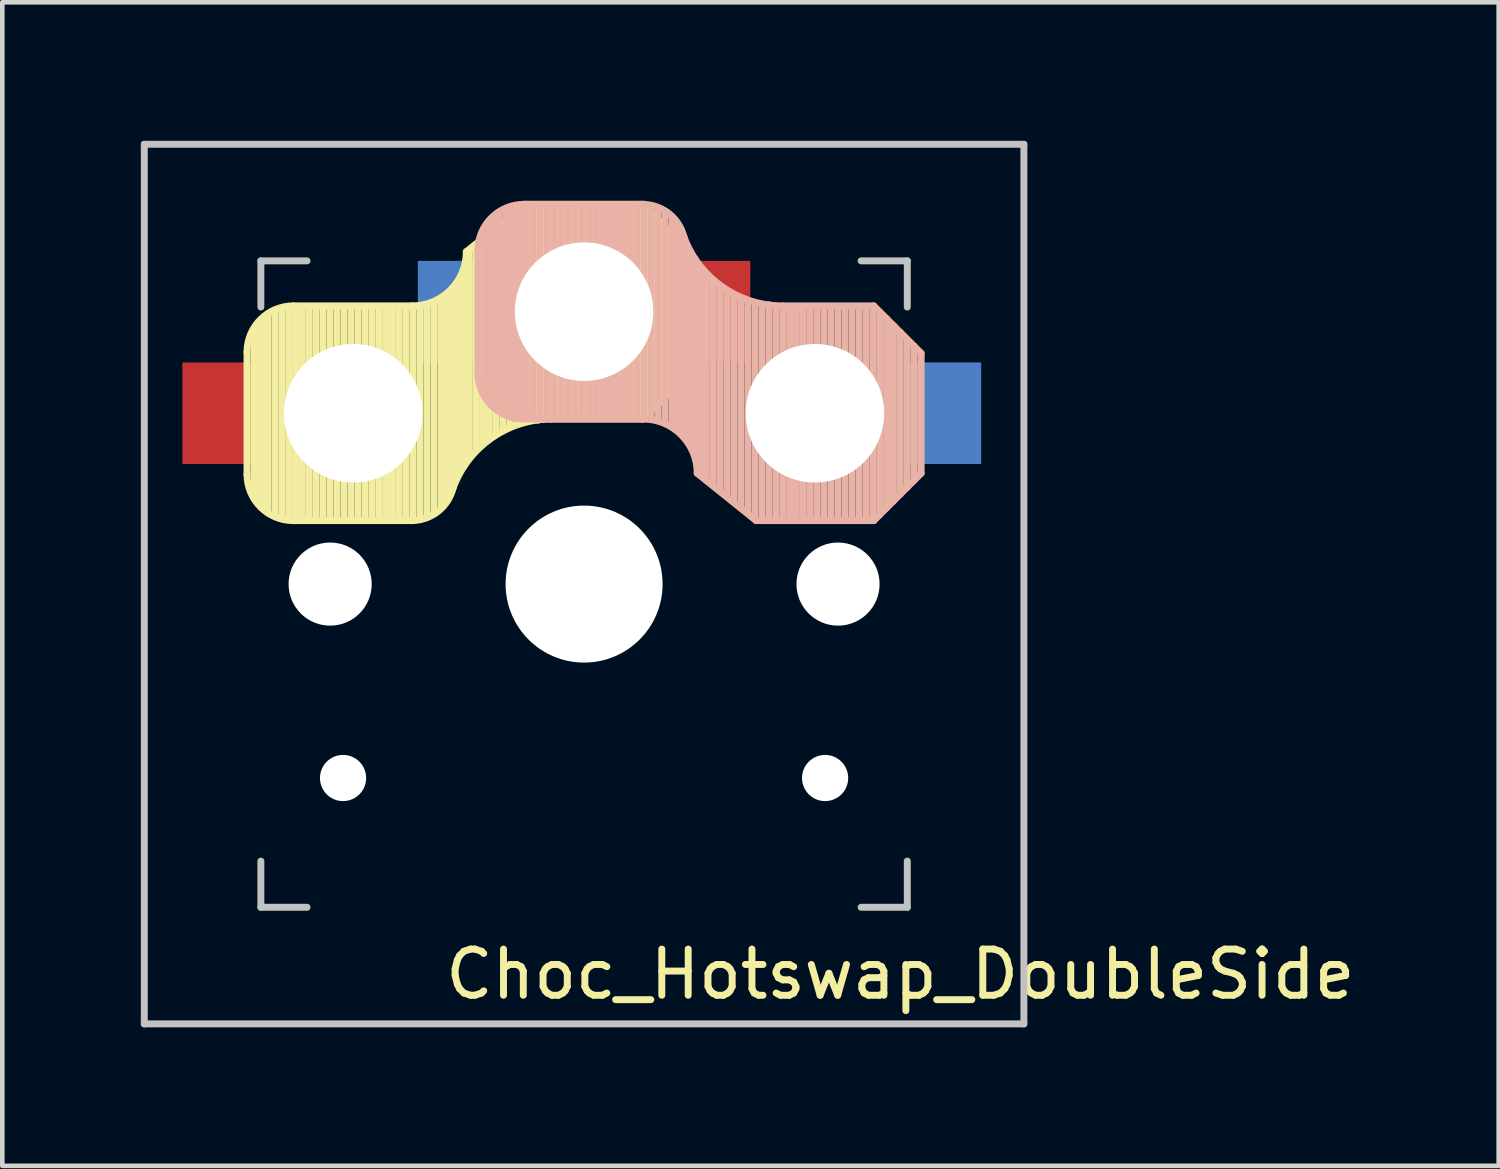
<source format=kicad_pcb>
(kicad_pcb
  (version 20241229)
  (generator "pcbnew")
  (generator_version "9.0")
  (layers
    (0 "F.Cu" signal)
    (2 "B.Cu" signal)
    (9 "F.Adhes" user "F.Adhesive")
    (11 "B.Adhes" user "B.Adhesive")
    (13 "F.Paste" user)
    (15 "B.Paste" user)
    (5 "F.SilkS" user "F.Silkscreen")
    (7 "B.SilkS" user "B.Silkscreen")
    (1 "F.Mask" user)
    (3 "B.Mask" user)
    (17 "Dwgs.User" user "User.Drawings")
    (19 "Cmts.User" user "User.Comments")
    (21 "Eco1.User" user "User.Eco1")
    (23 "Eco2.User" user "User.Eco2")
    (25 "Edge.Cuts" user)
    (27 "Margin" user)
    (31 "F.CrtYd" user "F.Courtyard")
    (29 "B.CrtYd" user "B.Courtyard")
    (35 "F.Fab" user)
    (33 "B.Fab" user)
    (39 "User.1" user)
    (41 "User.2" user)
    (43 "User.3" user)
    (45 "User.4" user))
  (footprint "Choc_Hotswap_DoubleSide"
    (layer "F.Cu")
    (at 9.6 9.6)
    (property "Reference" "Choc_Hotswap_DoubleSide" (at 6.85 8.45 0) (layer "F.SilkS") (effects (font (size 1 1) (thickness 0.15))))
    (attr through_hole)
    (fp_line (start -7.3 -5.025) (end -7.3 -2.375) (stroke (width 0.15) (type solid)) (layer "F.SilkS"))
    (fp_line (start -7.15 -1.95) (end -7.15 -5.5) (stroke (width 0.15) (type solid)) (layer "F.SilkS"))
    (fp_line (start -7.05 -1.8) (end -7.05 -5.55) (stroke (width 0.15) (type solid)) (layer "F.SilkS"))
    (fp_line (start -6.95 -1.7) (end -6.95 -5.65) (stroke (width 0.15) (type solid)) (layer "F.SilkS"))
    (fp_line (start -6.85 -1.6) (end -6.85 -5.8) (stroke (width 0.15) (type solid)) (layer "F.SilkS"))
    (fp_line (start -6.7 -1.5) (end -6.7 -5.9) (stroke (width 0.15) (type solid)) (layer "F.SilkS"))
    (fp_line (start -6.55 -1.45) (end -6.55 -5.95) (stroke (width 0.15) (type solid)) (layer "F.SilkS"))
    (fp_line (start -6.4 -1.4) (end -6.4 -5.95) (stroke (width 0.15) (type solid)) (layer "F.SilkS"))
    (fp_line (start -6.3 -6.025) (end -3.725 -6.025) (stroke (width 0.15) (type solid)) (layer "F.SilkS"))
    (fp_line (start -6.3 -1.375) (end -3.7 -1.375) (stroke (width 0.15) (type solid)) (layer "F.SilkS"))
    (fp_line (start -6.25 -1.4) (end -6.25 -6) (stroke (width 0.15) (type solid)) (layer "F.SilkS"))
    (fp_line (start -6.1 -1.4) (end -6.1 -6) (stroke (width 0.15) (type solid)) (layer "F.SilkS"))
    (fp_line (start -5.95 -1.4) (end -5.95 -6) (stroke (width 0.15) (type solid)) (layer "F.SilkS"))
    (fp_line (start -5.8 -1.4) (end -5.8 -6) (stroke (width 0.15) (type solid)) (layer "F.SilkS"))
    (fp_line (start -5.65 -1.4) (end -5.65 -6) (stroke (width 0.15) (type solid)) (layer "F.SilkS"))
    (fp_line (start -5.5 -1.4) (end -5.5 -6) (stroke (width 0.15) (type solid)) (layer "F.SilkS"))
    (fp_line (start -5.35 -1.4) (end -5.35 -6) (stroke (width 0.15) (type solid)) (layer "F.SilkS"))
    (fp_line (start -5.2 -1.4) (end -5.2 -6) (stroke (width 0.15) (type solid)) (layer "F.SilkS"))
    (fp_line (start -5.05 -1.4) (end -5.05 -6) (stroke (width 0.15) (type solid)) (layer "F.SilkS"))
    (fp_line (start -4.9 -1.4) (end -4.9 -6) (stroke (width 0.15) (type solid)) (layer "F.SilkS"))
    (fp_line (start -4.75 -1.4) (end -4.75 -6) (stroke (width 0.15) (type solid)) (layer "F.SilkS"))
    (fp_line (start -4.6 -1.4) (end -4.6 -6) (stroke (width 0.15) (type solid)) (layer "F.SilkS"))
    (fp_line (start -4.45 -1.4) (end -4.45 -6) (stroke (width 0.15) (type solid)) (layer "F.SilkS"))
    (fp_line (start -4.3 -1.4) (end -4.3 -6) (stroke (width 0.15) (type solid)) (layer "F.SilkS"))
    (fp_line (start -4.15 -1.4) (end -4.15 -6) (stroke (width 0.15) (type solid)) (layer "F.SilkS"))
    (fp_line (start -4 -1.4) (end -4 -6) (stroke (width 0.15) (type solid)) (layer "F.SilkS"))
    (fp_line (start -3.85 -1.4) (end -3.85 -5.95) (stroke (width 0.15) (type solid)) (layer "F.SilkS"))
    (fp_line (start -3.7 -1.4) (end -3.7 -6) (stroke (width 0.15) (type solid)) (layer "F.SilkS"))
    (fp_line (start -3.55 -1.4) (end -3.55 -6) (stroke (width 0.15) (type solid)) (layer "F.SilkS"))
    (fp_line (start -3.4 -1.45) (end -3.4 -6) (stroke (width 0.15) (type solid)) (layer "F.SilkS"))
    (fp_line (start -3.25 -1.55) (end -3.25 -6.1) (stroke (width 0.15) (type solid)) (layer "F.SilkS"))
    (fp_line (start -3.1 -1.65) (end -3.1 -6.15) (stroke (width 0.15) (type solid)) (layer "F.SilkS"))
    (fp_line (start -3 -1.8) (end -3 -6.2) (stroke (width 0.15) (type solid)) (layer "F.SilkS"))
    (fp_line (start -2.9 -2.05) (end -2.9 -6.25) (stroke (width 0.15) (type solid)) (layer "F.SilkS"))
    (fp_line (start -2.8 -2.2) (end -2.8 -6.35) (stroke (width 0.15) (type solid)) (layer "F.SilkS"))
    (fp_line (start -2.7 -2.4) (end -2.7 -6.55) (stroke (width 0.15) (type solid)) (layer "F.SilkS"))
    (fp_line (start -2.6 -2.55) (end -2.6 -6.7) (stroke (width 0.15) (type solid)) (layer "F.SilkS"))
    (fp_line (start -2.5 -2.75) (end -2.5 -7.2) (stroke (width 0.15) (type solid)) (layer "F.SilkS"))
    (fp_line (start -2.35 -2.9) (end -2.35 -7.35) (stroke (width 0.15) (type solid)) (layer "F.SilkS"))
    (fp_line (start -2.2 -3.05) (end -2.2 -7.45) (stroke (width 0.15) (type solid)) (layer "F.SilkS"))
    (fp_line (start -2.05 -3.15) (end -2.05 -7.55) (stroke (width 0.15) (type solid)) (layer "F.SilkS"))
    (fp_line (start -1.9 -3.25) (end -1.9 -7.7) (stroke (width 0.15) (type solid)) (layer "F.SilkS"))
    (fp_line (start -1.75 -3.35) (end -1.75 -7.8) (stroke (width 0.15) (type solid)) (layer "F.SilkS"))
    (fp_line (start -1.6 -3.4) (end -1.6 -7.95) (stroke (width 0.15) (type solid)) (layer "F.SilkS"))
    (fp_line (start -1.45 -3.5) (end -1.45 -8.05) (stroke (width 0.15) (type solid)) (layer "F.SilkS"))
    (fp_line (start -1.3 -3.55) (end -1.3 -8.15) (stroke (width 0.15) (type solid)) (layer "F.SilkS"))
    (fp_line (start -1.275 -8.225) (end -2.55 -7.2) (stroke (width 0.15) (type solid)) (layer "F.SilkS"))
    (fp_line (start -1.275 -8.225) (end 1.275 -8.225) (stroke (width 0.15) (type solid)) (layer "F.SilkS"))
    (fp_line (start -1.15 -3.55) (end -1.15 -8.2) (stroke (width 0.15) (type solid)) (layer "F.SilkS"))
    (fp_line (start -1 -3.55) (end -1 -8.2) (stroke (width 0.15) (type solid)) (layer "F.SilkS"))
    (fp_line (start -0.85 -3.6) (end -0.85 -8.15) (stroke (width 0.15) (type solid)) (layer "F.SilkS"))
    (fp_line (start -0.7 -3.6) (end -0.7 -8.2) (stroke (width 0.15) (type solid)) (layer "F.SilkS"))
    (fp_line (start -0.7 -3.575) (end 1.275 -3.575) (stroke (width 0.15) (type solid)) (layer "F.SilkS"))
    (fp_line (start -0.55 -3.6) (end -0.55 -8.2) (stroke (width 0.15) (type solid)) (layer "F.SilkS"))
    (fp_line (start -0.4 -3.6) (end -0.4 -8.2) (stroke (width 0.15) (type solid)) (layer "F.SilkS"))
    (fp_line (start -0.25 -3.6) (end -0.25 -8.2) (stroke (width 0.15) (type solid)) (layer "F.SilkS"))
    (fp_line (start -0.1 -3.6) (end -0.1 -8.2) (stroke (width 0.15) (type solid)) (layer "F.SilkS"))
    (fp_line (start 0.05 -3.6) (end 0.05 -8.2) (stroke (width 0.15) (type solid)) (layer "F.SilkS"))
    (fp_line (start 0.2 -3.6) (end 0.2 -8.2) (stroke (width 0.15) (type solid)) (layer "F.SilkS"))
    (fp_line (start 0.35 -3.6) (end 0.35 -8.2) (stroke (width 0.15) (type solid)) (layer "F.SilkS"))
    (fp_line (start 0.5 -3.6) (end 0.5 -8.2) (stroke (width 0.15) (type solid)) (layer "F.SilkS"))
    (fp_line (start 0.65 -3.6) (end 0.65 -8.2) (stroke (width 0.15) (type solid)) (layer "F.SilkS"))
    (fp_line (start 0.8 -3.6) (end 0.8 -8.2) (stroke (width 0.15) (type solid)) (layer "F.SilkS"))
    (fp_line (start 0.95 -3.6) (end 0.95 -8.2) (stroke (width 0.15) (type solid)) (layer "F.SilkS"))
    (fp_line (start 1.1 -3.6) (end 1.1 -8.2) (stroke (width 0.15) (type solid)) (layer "F.SilkS"))
    (fp_line (start 1.25 -3.6) (end 1.25 -8.2) (stroke (width 0.15) (type solid)) (layer "F.SilkS"))
    (fp_line (start 1.4 -3.75) (end 1.4 -8.1) (stroke (width 0.15) (type solid)) (layer "F.SilkS"))
    (fp_line (start 1.55 -3.85) (end 1.55 -7.95) (stroke (width 0.15) (type solid)) (layer "F.SilkS"))
    (fp_line (start 1.7 -4) (end 1.7 -7.8) (stroke (width 0.15) (type solid)) (layer "F.SilkS"))
    (fp_line (start 1.85 -4.15) (end 1.85 -7.65) (stroke (width 0.15) (type solid)) (layer "F.SilkS"))
    (fp_line (start 2 -4.35) (end 2 -7.5) (stroke (width 0.15) (type solid)) (layer "F.SilkS"))
    (fp_line (start 2.15 -4.45) (end 2.15 -7.35) (stroke (width 0.15) (type solid)) (layer "F.SilkS"))
    (fp_line (start 2.3 -7.2) (end 1.275 -8.225) (stroke (width 0.15) (type solid)) (layer "F.SilkS"))
    (fp_line (start 2.3 -7.2) (end 2.3 -4.6) (stroke (width 0.15) (type solid)) (layer "F.SilkS"))
    (fp_line (start 2.3 -4.6) (end 1.275 -3.575) (stroke (width 0.15) (type solid)) (layer "F.SilkS"))
    (fp_arc (start -7.3 -5.025) (mid -7.007107 -5.732107) (end -6.3 -6.025) (stroke (width 0.15) (type solid)) (layer "F.SilkS"))
    (fp_arc (start -6.3 -1.375) (mid -7.007107 -1.667893) (end -7.3 -2.375) (stroke (width 0.15) (type solid)) (layer "F.SilkS"))
    (fp_arc (start -2.837801 -2.078096) (mid -3.151716 -1.583979) (end -3.699005 -1.376209) (stroke (width 0.15) (type solid)) (layer "F.SilkS"))
    (fp_arc (start -2.837801 -2.078096) (mid -2.004887 -3.163571) (end -0.7 -3.575) (stroke (width 0.15) (type solid)) (layer "F.SilkS"))
    (fp_arc (start -2.55 -7.2) (mid -2.89415 -6.36915) (end -3.725 -6.025) (stroke (width 0.15) (type solid)) (layer "F.SilkS"))
    (fp_line (start -2.3 -4.575) (end -2.3 -7.225) (stroke (width 0.15) (type solid)) (layer "B.SilkS"))
    (fp_line (start -2.15 -7.65) (end -2.15 -4.1) (stroke (width 0.15) (type solid)) (layer "B.SilkS"))
    (fp_line (start -2.05 -7.8) (end -2.05 -4.05) (stroke (width 0.15) (type solid)) (layer "B.SilkS"))
    (fp_line (start -1.95 -7.9) (end -1.95 -3.95) (stroke (width 0.15) (type solid)) (layer "B.SilkS"))
    (fp_line (start -1.85 -8) (end -1.85 -3.8) (stroke (width 0.15) (type solid)) (layer "B.SilkS"))
    (fp_line (start -1.7 -8.1) (end -1.7 -3.7) (stroke (width 0.15) (type solid)) (layer "B.SilkS"))
    (fp_line (start -1.55 -8.15) (end -1.55 -3.65) (stroke (width 0.15) (type solid)) (layer "B.SilkS"))
    (fp_line (start -1.4 -8.2) (end -1.4 -3.65) (stroke (width 0.15) (type solid)) (layer "B.SilkS"))
    (fp_line (start -1.3 -8.225) (end 1.3 -8.225) (stroke (width 0.15) (type solid)) (layer "B.SilkS"))
    (fp_line (start -1.3 -3.575) (end 1.275 -3.575) (stroke (width 0.15) (type solid)) (layer "B.SilkS"))
    (fp_line (start -1.25 -8.2) (end -1.25 -3.6) (stroke (width 0.15) (type solid)) (layer "B.SilkS"))
    (fp_line (start -1.1 -8.2) (end -1.1 -3.6) (stroke (width 0.15) (type solid)) (layer "B.SilkS"))
    (fp_line (start -0.95 -8.2) (end -0.95 -3.6) (stroke (width 0.15) (type solid)) (layer "B.SilkS"))
    (fp_line (start -0.8 -8.2) (end -0.8 -3.6) (stroke (width 0.15) (type solid)) (layer "B.SilkS"))
    (fp_line (start -0.65 -8.2) (end -0.65 -3.6) (stroke (width 0.15) (type solid)) (layer "B.SilkS"))
    (fp_line (start -0.5 -8.2) (end -0.5 -3.6) (stroke (width 0.15) (type solid)) (layer "B.SilkS"))
    (fp_line (start -0.35 -8.2) (end -0.35 -3.6) (stroke (width 0.15) (type solid)) (layer "B.SilkS"))
    (fp_line (start -0.2 -8.2) (end -0.2 -3.6) (stroke (width 0.15) (type solid)) (layer "B.SilkS"))
    (fp_line (start -0.05 -8.2) (end -0.05 -3.6) (stroke (width 0.15) (type solid)) (layer "B.SilkS"))
    (fp_line (start 0.1 -8.2) (end 0.1 -3.6) (stroke (width 0.15) (type solid)) (layer "B.SilkS"))
    (fp_line (start 0.25 -8.2) (end 0.25 -3.6) (stroke (width 0.15) (type solid)) (layer "B.SilkS"))
    (fp_line (start 0.4 -8.2) (end 0.4 -3.6) (stroke (width 0.15) (type solid)) (layer "B.SilkS"))
    (fp_line (start 0.55 -8.2) (end 0.55 -3.6) (stroke (width 0.15) (type solid)) (layer "B.SilkS"))
    (fp_line (start 0.7 -8.2) (end 0.7 -3.6) (stroke (width 0.15) (type solid)) (layer "B.SilkS"))
    (fp_line (start 0.85 -8.2) (end 0.85 -3.6) (stroke (width 0.15) (type solid)) (layer "B.SilkS"))
    (fp_line (start 1 -8.2) (end 1 -3.6) (stroke (width 0.15) (type solid)) (layer "B.SilkS"))
    (fp_line (start 1.15 -8.2) (end 1.15 -3.65) (stroke (width 0.15) (type solid)) (layer "B.SilkS"))
    (fp_line (start 1.3 -8.2) (end 1.3 -3.6) (stroke (width 0.15) (type solid)) (layer "B.SilkS"))
    (fp_line (start 1.45 -8.2) (end 1.45 -3.6) (stroke (width 0.15) (type solid)) (layer "B.SilkS"))
    (fp_line (start 1.6 -8.15) (end 1.6 -3.6) (stroke (width 0.15) (type solid)) (layer "B.SilkS"))
    (fp_line (start 1.75 -8.05) (end 1.75 -3.5) (stroke (width 0.15) (type solid)) (layer "B.SilkS"))
    (fp_line (start 1.9 -7.95) (end 1.9 -3.45) (stroke (width 0.15) (type solid)) (layer "B.SilkS"))
    (fp_line (start 2 -7.8) (end 2 -3.4) (stroke (width 0.15) (type solid)) (layer "B.SilkS"))
    (fp_line (start 2.1 -7.55) (end 2.1 -3.35) (stroke (width 0.15) (type solid)) (layer "B.SilkS"))
    (fp_line (start 2.2 -7.4) (end 2.2 -3.25) (stroke (width 0.15) (type solid)) (layer "B.SilkS"))
    (fp_line (start 2.3 -7.2) (end 2.3 -3.05) (stroke (width 0.15) (type solid)) (layer "B.SilkS"))
    (fp_line (start 2.4 -7.05) (end 2.4 -2.9) (stroke (width 0.15) (type solid)) (layer "B.SilkS"))
    (fp_line (start 2.5 -6.85) (end 2.5 -2.4) (stroke (width 0.15) (type solid)) (layer "B.SilkS"))
    (fp_line (start 2.65 -6.7) (end 2.65 -2.25) (stroke (width 0.15) (type solid)) (layer "B.SilkS"))
    (fp_line (start 2.8 -6.55) (end 2.8 -2.15) (stroke (width 0.15) (type solid)) (layer "B.SilkS"))
    (fp_line (start 2.95 -6.45) (end 2.95 -2.05) (stroke (width 0.15) (type solid)) (layer "B.SilkS"))
    (fp_line (start 3.1 -6.35) (end 3.1 -1.9) (stroke (width 0.15) (type solid)) (layer "B.SilkS"))
    (fp_line (start 3.25 -6.25) (end 3.25 -1.8) (stroke (width 0.15) (type solid)) (layer "B.SilkS"))
    (fp_line (start 3.4 -6.2) (end 3.4 -1.65) (stroke (width 0.15) (type solid)) (layer "B.SilkS"))
    (fp_line (start 3.55 -6.1) (end 3.55 -1.55) (stroke (width 0.15) (type solid)) (layer "B.SilkS"))
    (fp_line (start 3.7 -6.05) (end 3.7 -1.45) (stroke (width 0.15) (type solid)) (layer "B.SilkS"))
    (fp_line (start 3.725 -1.375) (end 2.45 -2.4) (stroke (width 0.15) (type solid)) (layer "B.SilkS"))
    (fp_line (start 3.725 -1.375) (end 6.275 -1.375) (stroke (width 0.15) (type solid)) (layer "B.SilkS"))
    (fp_line (start 3.85 -6.05) (end 3.85 -1.4) (stroke (width 0.15) (type solid)) (layer "B.SilkS"))
    (fp_line (start 4 -6.05) (end 4 -1.4) (stroke (width 0.15) (type solid)) (layer "B.SilkS"))
    (fp_line (start 4.15 -6) (end 4.15 -1.45) (stroke (width 0.15) (type solid)) (layer "B.SilkS"))
    (fp_line (start 4.3 -6.025) (end 6.275 -6.025) (stroke (width 0.15) (type solid)) (layer "B.SilkS"))
    (fp_line (start 4.3 -6) (end 4.3 -1.4) (stroke (width 0.15) (type solid)) (layer "B.SilkS"))
    (fp_line (start 4.45 -6) (end 4.45 -1.4) (stroke (width 0.15) (type solid)) (layer "B.SilkS"))
    (fp_line (start 4.6 -6) (end 4.6 -1.4) (stroke (width 0.15) (type solid)) (layer "B.SilkS"))
    (fp_line (start 4.75 -6) (end 4.75 -1.4) (stroke (width 0.15) (type solid)) (layer "B.SilkS"))
    (fp_line (start 4.9 -6) (end 4.9 -1.4) (stroke (width 0.15) (type solid)) (layer "B.SilkS"))
    (fp_line (start 5.05 -6) (end 5.05 -1.4) (stroke (width 0.15) (type solid)) (layer "B.SilkS"))
    (fp_line (start 5.2 -6) (end 5.2 -1.4) (stroke (width 0.15) (type solid)) (layer "B.SilkS"))
    (fp_line (start 5.35 -6) (end 5.35 -1.4) (stroke (width 0.15) (type solid)) (layer "B.SilkS"))
    (fp_line (start 5.5 -6) (end 5.5 -1.4) (stroke (width 0.15) (type solid)) (layer "B.SilkS"))
    (fp_line (start 5.65 -6) (end 5.65 -1.4) (stroke (width 0.15) (type solid)) (layer "B.SilkS"))
    (fp_line (start 5.8 -6) (end 5.8 -1.4) (stroke (width 0.15) (type solid)) (layer "B.SilkS"))
    (fp_line (start 5.95 -6) (end 5.95 -1.4) (stroke (width 0.15) (type solid)) (layer "B.SilkS"))
    (fp_line (start 6.1 -6) (end 6.1 -1.4) (stroke (width 0.15) (type solid)) (layer "B.SilkS"))
    (fp_line (start 6.25 -6) (end 6.25 -1.4) (stroke (width 0.15) (type solid)) (layer "B.SilkS"))
    (fp_line (start 6.4 -5.85) (end 6.4 -1.5) (stroke (width 0.15) (type solid)) (layer "B.SilkS"))
    (fp_line (start 6.55 -5.75) (end 6.55 -1.65) (stroke (width 0.15) (type solid)) (layer "B.SilkS"))
    (fp_line (start 6.7 -5.6) (end 6.7 -1.8) (stroke (width 0.15) (type solid)) (layer "B.SilkS"))
    (fp_line (start 6.85 -5.45) (end 6.85 -1.95) (stroke (width 0.15) (type solid)) (layer "B.SilkS"))
    (fp_line (start 7 -5.25) (end 7 -2.1) (stroke (width 0.15) (type solid)) (layer "B.SilkS"))
    (fp_line (start 7.15 -5.15) (end 7.15 -2.25) (stroke (width 0.15) (type solid)) (layer "B.SilkS"))
    (fp_line (start 7.3 -5) (end 6.275 -6.025) (stroke (width 0.15) (type solid)) (layer "B.SilkS"))
    (fp_line (start 7.3 -2.4) (end 6.275 -1.375) (stroke (width 0.15) (type solid)) (layer "B.SilkS"))
    (fp_line (start 7.3 -2.4) (end 7.3 -5) (stroke (width 0.15) (type solid)) (layer "B.SilkS"))
    (fp_arc (start -2.3 -7.225) (mid -2.007107 -7.932107) (end -1.3 -8.225) (stroke (width 0.15) (type solid)) (layer "B.SilkS"))
    (fp_arc (start -1.3 -3.575) (mid -2.007107 -3.867893) (end -2.3 -4.575) (stroke (width 0.15) (type solid)) (layer "B.SilkS"))
    (fp_arc (start 1.275 -3.575) (mid 2.10585 -3.23085) (end 2.45 -2.4) (stroke (width 0.15) (type solid)) (layer "B.SilkS"))
    (fp_arc (start 1.300995 -8.223791) (mid 1.848284 -8.016021) (end 2.162199 -7.521904) (stroke (width 0.15) (type solid)) (layer "B.SilkS"))
    (fp_arc (start 4.3 -6.025) (mid 2.995114 -6.436429) (end 2.162199 -7.521904) (stroke (width 0.15) (type solid)) (layer "B.SilkS"))
    (fp_line (start -9.525 -9.525) (end 9.525 -9.525) (stroke (width 0.15) (type solid)) (layer "Dwgs.User"))
    (fp_line (start -9.525 9.525) (end -9.525 -9.525) (stroke (width 0.15) (type solid)) (layer "Dwgs.User"))
    (fp_line (start -7 -7) (end -7 -6) (stroke (width 0.15) (type solid)) (layer "Dwgs.User"))
    (fp_line (start -7 6) (end -7 7) (stroke (width 0.15) (type solid)) (layer "Dwgs.User"))
    (fp_line (start -7 7) (end -6 7) (stroke (width 0.15) (type solid)) (layer "Dwgs.User"))
    (fp_line (start -6 -7) (end -7 -7) (stroke (width 0.15) (type solid)) (layer "Dwgs.User"))
    (fp_line (start 6 -7) (end 7 -7) (stroke (width 0.15) (type solid)) (layer "Dwgs.User"))
    (fp_line (start 7 -7) (end 7 -6) (stroke (width 0.15) (type solid)) (layer "Dwgs.User"))
    (fp_line (start 7 6) (end 7 7) (stroke (width 0.15) (type solid)) (layer "Dwgs.User"))
    (fp_line (start 7 7) (end 6 7) (stroke (width 0.15) (type solid)) (layer "Dwgs.User"))
    (fp_line (start 9.525 -9.525) (end 9.525 9.525) (stroke (width 0.15) (type solid)) (layer "Dwgs.User"))
    (fp_line (start 9.525 9.525) (end -9.525 9.525) (stroke (width 0.15) (type solid)) (layer "Dwgs.User"))
    (pad "" np_thru_hole circle (at -5.5 0 270) (size 1.8 1.8) (drill 1.8) (layers "*.Cu" "*.Mask"))
    (pad "" np_thru_hole circle (at -5.22 4.2) (size 1 1) (drill 1) (layers "*.Cu" "*.Mask"))
    (pad "" np_thru_hole circle (at -5 -3.7 90) (size 3 3) (drill 3) (layers "*.Cu" "*.Mask"))
    (pad "" np_thru_hole circle (at 0 -5.9 270) (size 3 3) (drill 3) (layers "*.Cu" "*.Mask"))
    (pad "" np_thru_hole circle (at 0 0 270) (size 3.4 3.4) (drill 3.4) (layers "*.Cu" "*.Mask"))
    (pad "" np_thru_hole circle (at 5 -3.7 270) (size 3 3) (drill 3) (layers "*.Cu" "*.Mask"))
    (pad "" np_thru_hole circle (at 5.22 4.2) (size 1 1) (drill 1) (layers "*.Cu" "*.Mask"))
    (pad "" np_thru_hole circle (at 5.5 0 270) (size 1.8 1.8) (drill 1.8) (layers "*.Cu" "*.Mask"))
    (pad "1" smd rect (at -7.9 -3.7) (size 1.6 2.2) (layers "F.Cu" "F.Mask" "F.Paste"))
    (pad "1" smd rect (at 7.8 -3.7) (size 1.6 2.2) (layers "B.Cu" "B.Mask" "B.Paste"))
    (pad "2" smd rect (at -2.8 -5.9) (size 1.6 2.2) (layers "B.Cu" "B.Mask" "B.Paste"))
    (pad "2" smd rect (at 2.8 -5.9) (size 1.6 2.2) (layers "F.Cu" "F.Mask" "F.Paste")))
  (gr_rect
    (start -3 -3)
    (end 29.408 22.2)
    (stroke (width 0.1) (type default))
    (fill no)
    (layer "Edge.Cuts")))
</source>
